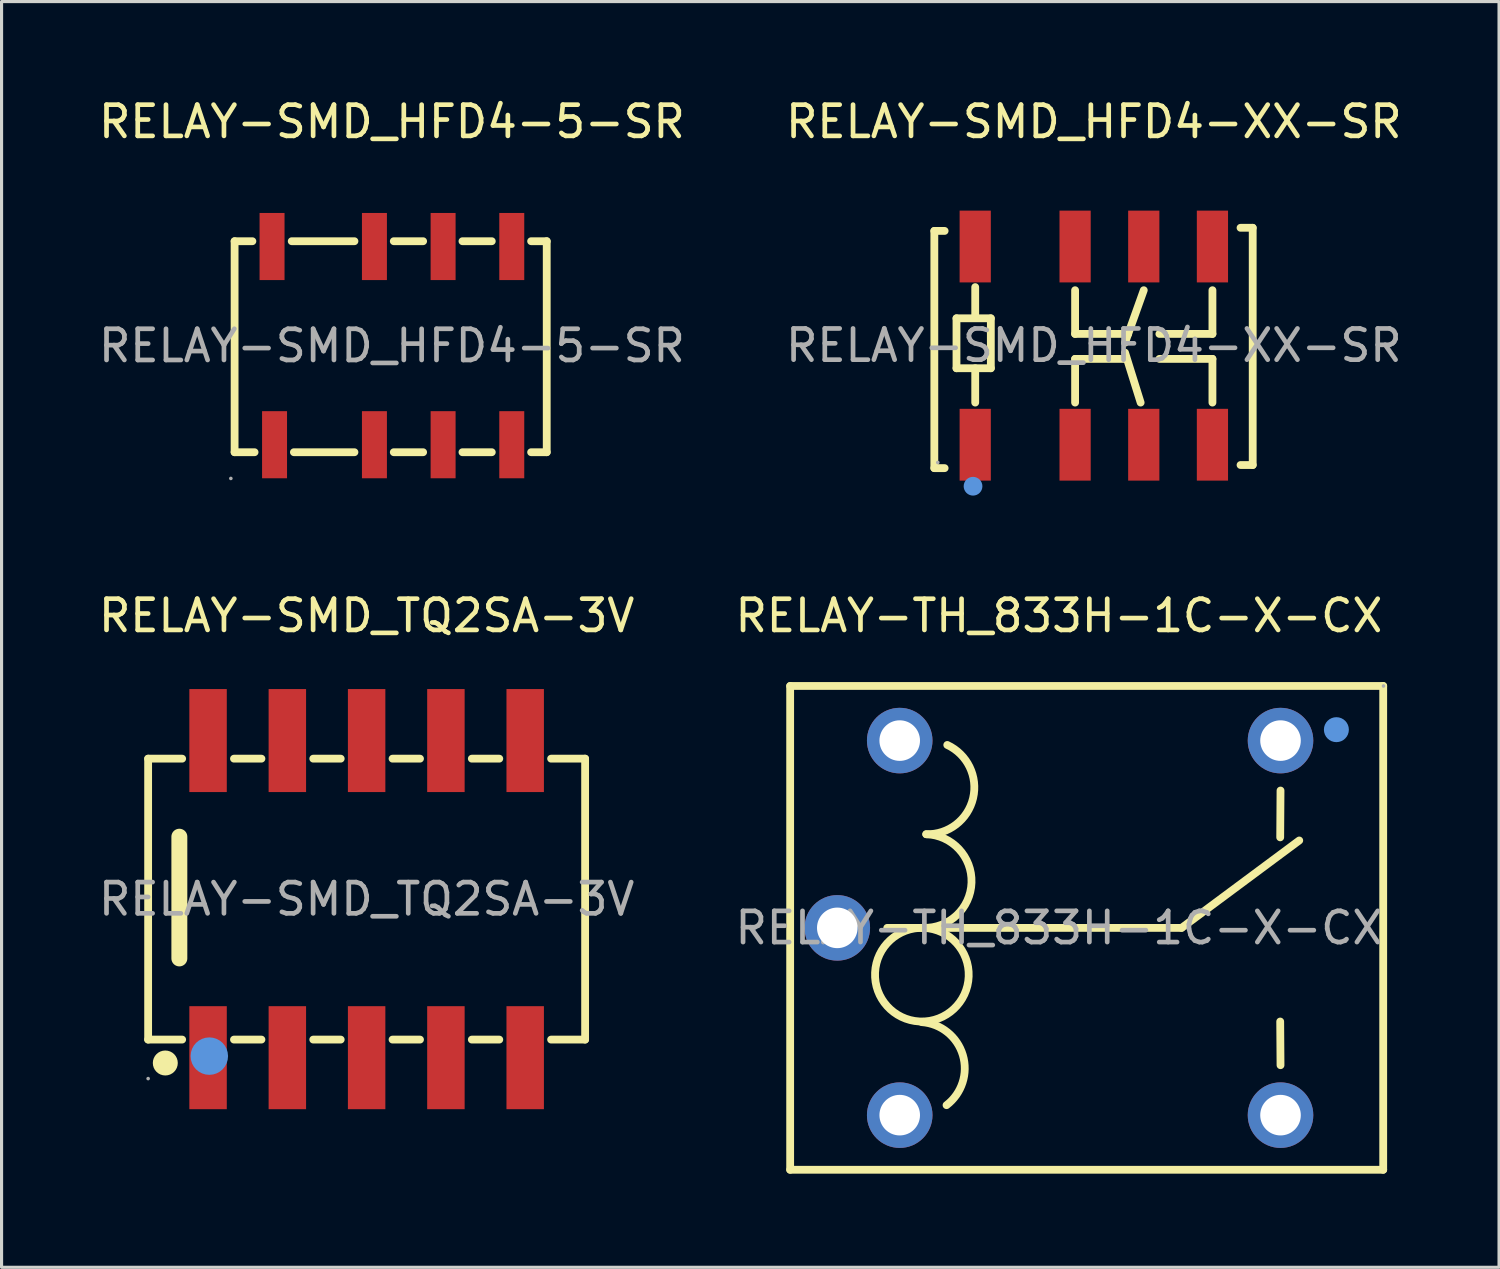
<source format=kicad_pcb>
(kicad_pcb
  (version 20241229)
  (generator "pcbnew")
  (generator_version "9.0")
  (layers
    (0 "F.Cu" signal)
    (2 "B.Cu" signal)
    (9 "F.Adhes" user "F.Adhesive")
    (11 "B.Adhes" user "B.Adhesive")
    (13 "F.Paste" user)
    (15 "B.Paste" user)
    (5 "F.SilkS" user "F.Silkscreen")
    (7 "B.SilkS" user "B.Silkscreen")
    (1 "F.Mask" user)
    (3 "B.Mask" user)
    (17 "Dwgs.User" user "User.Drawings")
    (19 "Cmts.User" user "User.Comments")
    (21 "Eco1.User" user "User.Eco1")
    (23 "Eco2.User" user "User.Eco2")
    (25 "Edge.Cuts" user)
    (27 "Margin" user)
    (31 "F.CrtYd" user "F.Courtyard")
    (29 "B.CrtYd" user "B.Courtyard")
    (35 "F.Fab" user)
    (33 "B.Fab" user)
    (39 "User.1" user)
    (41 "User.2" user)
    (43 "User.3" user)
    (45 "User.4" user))
  (footprint "RELAY-SMD_HFD4-5-SR"
    (layer "F.Cu")
    (at 9.506 8.028)
    (property "Reference" "RELAY-SMD_HFD4-5-SR" (at 0 -7.18 0) (layer "F.SilkS") (effects (font (size 1 1) (thickness 0.15))))
    (attr through_hole)
    (fp_line (start -5.04 -3.35) (end -4.47 -3.35) (stroke (width 0.25) (type solid)) (layer "F.SilkS"))
    (fp_line (start -5.04 3.41) (end -5.04 -3.35) (stroke (width 0.25) (type solid)) (layer "F.SilkS"))
    (fp_line (start -4.4 3.41) (end -5.04 3.41) (stroke (width 0.25) (type solid)) (layer "F.SilkS"))
    (fp_line (start -3.21 -3.35) (end -1.2 -3.35) (stroke (width 0.25) (type solid)) (layer "F.SilkS"))
    (fp_line (start -1.2 3.41) (end -3.14 3.41) (stroke (width 0.25) (type solid)) (layer "F.SilkS"))
    (fp_line (start 0.06 -3.35) (end 1 -3.35) (stroke (width 0.25) (type solid)) (layer "F.SilkS"))
    (fp_line (start 1 3.41) (end 0.06 3.41) (stroke (width 0.25) (type solid)) (layer "F.SilkS"))
    (fp_line (start 2.26 -3.35) (end 3.2 -3.35) (stroke (width 0.25) (type solid)) (layer "F.SilkS"))
    (fp_line (start 3.2 3.41) (end 2.26 3.41) (stroke (width 0.25) (type solid)) (layer "F.SilkS"))
    (fp_line (start 4.46 -3.35) (end 4.96 -3.35) (stroke (width 0.25) (type solid)) (layer "F.SilkS"))
    (fp_line (start 4.96 -3.35) (end 4.96 3.41) (stroke (width 0.25) (type solid)) (layer "F.SilkS"))
    (fp_line (start 4.96 3.41) (end 4.46 3.41) (stroke (width 0.25) (type solid)) (layer "F.SilkS"))
    (fp_circle (center -5.16 4.25) (end -5.13 4.25) (stroke (width 0.06) (type solid)) (fill no) (layer "F.Fab"))
    (fp_text user "${REFERENCE}" (at 0 0 0) (layer "F.Fab") (effects (font (size 1 1) (thickness 0.15))))
    (pad "1" smd rect (at -3.76 3.17) (size 0.8 2.15) (layers "F.Cu" "F.Mask" "F.Paste"))
    (pad "2" smd rect (at -0.56 3.17) (size 0.8 2.15) (layers "F.Cu" "F.Mask" "F.Paste"))
    (pad "3" smd rect (at 1.64 3.17) (size 0.8 2.15) (layers "F.Cu" "F.Mask" "F.Paste"))
    (pad "4" smd rect (at 3.84 3.17) (size 0.8 2.15) (layers "F.Cu" "F.Mask" "F.Paste"))
    (pad "5" smd rect (at 3.84 -3.18) (size 0.8 2.15) (layers "F.Cu" "F.Mask" "F.Paste"))
    (pad "6" smd rect (at 1.64 -3.18) (size 0.8 2.15) (layers "F.Cu" "F.Mask" "F.Paste"))
    (pad "7" smd rect (at -0.56 -3.18) (size 0.8 2.15) (layers "F.Cu" "F.Mask" "F.Paste"))
    (pad "8" smd rect (at -3.84 -3.18) (size 0.8 2.15) (layers "F.Cu" "F.Mask" "F.Paste")))
  (footprint "RELAY-SMD_HFD4-XX-SR"
    (layer "F.Cu")
    (at 31.994 8.018)
    (property "Reference" "RELAY-SMD_HFD4-XX-SR" (at 0 -7.17 0) (layer "F.SilkS") (effects (font (size 1 1) (thickness 0.15))))
    (attr through_hole)
    (fp_line (start -5.11 -3.67) (end -4.78 -3.67) (stroke (width 0.25) (type solid)) (layer "F.SilkS"))
    (fp_line (start -5.11 3.93) (end -5.11 -3.67) (stroke (width 0.25) (type solid)) (layer "F.SilkS"))
    (fp_line (start -4.78 3.93) (end -5.11 3.93) (stroke (width 0.25) (type solid)) (layer "F.SilkS"))
    (fp_line (start -4.4 -0.87) (end -4.4 0.73) (stroke (width 0.25) (type solid)) (layer "F.SilkS"))
    (fp_line (start -4.4 -0.87) (end -3.3 -0.87) (stroke (width 0.25) (type solid)) (layer "F.SilkS"))
    (fp_line (start -3.8 -0.97) (end -3.8 -1.87) (stroke (width 0.25) (type solid)) (layer "F.SilkS"))
    (fp_line (start -3.8 1.83) (end -3.8 0.73) (stroke (width 0.25) (type solid)) (layer "F.SilkS"))
    (fp_line (start -3.3 -0.87) (end -3.3 0.73) (stroke (width 0.25) (type solid)) (layer "F.SilkS"))
    (fp_line (start -3.3 0.73) (end -4.4 0.73) (stroke (width 0.25) (type solid)) (layer "F.SilkS"))
    (fp_line (start -0.6 -1.77) (end -0.6 -0.37) (stroke (width 0.25) (type solid)) (layer "F.SilkS"))
    (fp_line (start -0.6 -0.37) (end 1.1 -0.37) (stroke (width 0.25) (type solid)) (layer "F.SilkS"))
    (fp_line (start -0.6 0.43) (end 1 0.43) (stroke (width 0.25) (type solid)) (layer "F.SilkS"))
    (fp_line (start -0.6 1.83) (end -0.6 0.43) (stroke (width 0.25) (type solid)) (layer "F.SilkS"))
    (fp_line (start 1.5 1.83) (end 1 0.23) (stroke (width 0.25) (type solid)) (layer "F.SilkS"))
    (fp_line (start 1.6 -1.77) (end 1 -0.09) (stroke (width 0.25) (type solid)) (layer "F.SilkS"))
    (fp_line (start 3.8 -1.77) (end 3.8 -0.37) (stroke (width 0.25) (type solid)) (layer "F.SilkS"))
    (fp_line (start 3.8 -0.37) (end 2.1 -0.37) (stroke (width 0.25) (type solid)) (layer "F.SilkS"))
    (fp_line (start 3.8 0.43) (end 2.1 0.43) (stroke (width 0.25) (type solid)) (layer "F.SilkS"))
    (fp_line (start 3.8 1.83) (end 3.8 0.43) (stroke (width 0.25) (type solid)) (layer "F.SilkS"))
    (fp_line (start 4.7 -3.77) (end 5.09 -3.77) (stroke (width 0.25) (type solid)) (layer "F.SilkS"))
    (fp_line (start 5.09 -3.77) (end 5.09 3.83) (stroke (width 0.25) (type solid)) (layer "F.SilkS"))
    (fp_line (start 5.09 3.83) (end 4.7 3.83) (stroke (width 0.25) (type solid)) (layer "F.SilkS"))
    (fp_circle (center -3.87 4.51) (end -3.72 4.51) (stroke (width 0.3) (type solid)) (fill no) (layer "Cmts.User"))
    (fp_circle (center -5 3.75) (end -4.97 3.75) (stroke (width 0.06) (type solid)) (fill no) (layer "F.Fab"))
    (fp_text user "${REFERENCE}" (at 0 0 0) (layer "F.Fab") (effects (font (size 1 1) (thickness 0.15))))
    (pad "1" smd rect (at -3.8 3.18) (size 1 2.3) (layers "F.Cu" "F.Mask" "F.Paste"))
    (pad "2" smd rect (at -0.6 3.18) (size 1 2.3) (layers "F.Cu" "F.Mask" "F.Paste"))
    (pad "3" smd rect (at 1.6 3.18) (size 1 2.3) (layers "F.Cu" "F.Mask" "F.Paste"))
    (pad "4" smd rect (at 3.8 3.18) (size 1 2.3) (layers "F.Cu" "F.Mask" "F.Paste"))
    (pad "5" smd rect (at 3.8 -3.17) (size 1 2.3) (layers "F.Cu" "F.Mask" "F.Paste"))
    (pad "6" smd rect (at 1.6 -3.17) (size 1 2.3) (layers "F.Cu" "F.Mask" "F.Paste"))
    (pad "7" smd rect (at -0.6 -3.17) (size 1 2.3) (layers "F.Cu" "F.Mask" "F.Paste"))
    (pad "8" smd rect (at -3.8 -3.17) (size 1 2.3) (layers "F.Cu" "F.Mask" "F.Paste")))
  (footprint "RELAY-SMD_TQ2SA-3V"
    (layer "F.Cu")
    (at 8.696 25.756)
    (property "Reference" "RELAY-SMD_TQ2SA-3V" (at 0 -9.08 0) (layer "F.SilkS") (effects (font (size 1 1) (thickness 0.15))))
    (attr through_hole)
    (fp_line (start -7 -4.5) (end -7 4.5) (stroke (width 0.25) (type solid)) (layer "F.SilkS"))
    (fp_line (start -7 -4.5) (end -5.91 -4.5) (stroke (width 0.25) (type solid)) (layer "F.SilkS"))
    (fp_line (start -6 -2) (end -6 1.9) (stroke (width 0.51) (type solid)) (layer "F.SilkS"))
    (fp_line (start -5.91 4.5) (end -7 4.5) (stroke (width 0.25) (type solid)) (layer "F.SilkS"))
    (fp_line (start -4.25 -4.5) (end -3.37 -4.5) (stroke (width 0.25) (type solid)) (layer "F.SilkS"))
    (fp_line (start -3.37 4.5) (end -4.25 4.5) (stroke (width 0.25) (type solid)) (layer "F.SilkS"))
    (fp_line (start -1.71 -4.5) (end -0.83 -4.5) (stroke (width 0.25) (type solid)) (layer "F.SilkS"))
    (fp_line (start -0.83 4.5) (end -1.71 4.5) (stroke (width 0.25) (type solid)) (layer "F.SilkS"))
    (fp_line (start 0.83 -4.5) (end 1.71 -4.5) (stroke (width 0.25) (type solid)) (layer "F.SilkS"))
    (fp_line (start 1.71 4.5) (end 0.83 4.5) (stroke (width 0.25) (type solid)) (layer "F.SilkS"))
    (fp_line (start 3.37 -4.5) (end 4.25 -4.5) (stroke (width 0.25) (type solid)) (layer "F.SilkS"))
    (fp_line (start 4.25 4.5) (end 3.37 4.5) (stroke (width 0.25) (type solid)) (layer "F.SilkS"))
    (fp_line (start 5.91 -4.5) (end 7 -4.5) (stroke (width 0.25) (type solid)) (layer "F.SilkS"))
    (fp_line (start 7 4.5) (end 5.91 4.5) (stroke (width 0.25) (type solid)) (layer "F.SilkS"))
    (fp_line (start 7 4.5) (end 7 -4.5) (stroke (width 0.25) (type solid)) (layer "F.SilkS"))
    (fp_circle (center -6.45 5.25) (end -6.25 5.25) (stroke (width 0.4) (type solid)) (fill no) (layer "F.SilkS"))
    (fp_circle (center -5.04 5.03) (end -4.74 5.03) (stroke (width 0.6) (type solid)) (fill no) (layer "Cmts.User"))
    (fp_circle (center -7 5.75) (end -6.97 5.75) (stroke (width 0.06) (type solid)) (fill no) (layer "F.Fab"))
    (fp_text user "${REFERENCE}" (at 0 0 0) (layer "F.Fab") (effects (font (size 1 1) (thickness 0.15))))
    (pad "1" smd rect (at -5.08 5.08) (size 1.2 3.3) (layers "F.Cu" "F.Mask" "F.Paste"))
    (pad "2" smd rect (at -2.54 5.08) (size 1.2 3.3) (layers "F.Cu" "F.Mask" "F.Paste"))
    (pad "3" smd rect (at 0 5.08) (size 1.2 3.3) (layers "F.Cu" "F.Mask" "F.Paste"))
    (pad "4" smd rect (at 2.54 5.08) (size 1.2 3.3) (layers "F.Cu" "F.Mask" "F.Paste"))
    (pad "5" smd rect (at 5.08 5.08) (size 1.2 3.3) (layers "F.Cu" "F.Mask" "F.Paste"))
    (pad "6" smd rect (at 5.08 -5.08) (size 1.2 3.3) (layers "F.Cu" "F.Mask" "F.Paste"))
    (pad "7" smd rect (at 2.54 -5.08) (size 1.2 3.3) (layers "F.Cu" "F.Mask" "F.Paste"))
    (pad "8" smd rect (at 0 -5.08) (size 1.2 3.3) (layers "F.Cu" "F.Mask" "F.Paste"))
    (pad "9" smd rect (at -2.54 -5.08) (size 1.2 3.3) (layers "F.Cu" "F.Mask" "F.Paste"))
    (pad "10" smd rect (at -5.08 -5.08) (size 1.2 3.3) (layers "F.Cu" "F.Mask" "F.Paste")))
  (footprint "RELAY-TH_833H-1C-X-CX"
    (layer "F.Cu")
    (at 30.875 26.677)
    (property "Reference" "RELAY-TH_833H-1C-X-CX" (at 0 -10 0) (layer "F.SilkS") (effects (font (size 1 1) (thickness 0.15))))
    (attr through_hole)
    (fp_line (start -8.61 -7.75) (end 10.39 -7.75) (stroke (width 0.25) (type solid)) (layer "F.SilkS"))
    (fp_line (start -8.61 7.75) (end -8.61 -7.75) (stroke (width 0.25) (type solid)) (layer "F.SilkS"))
    (fp_line (start -8.61 7.75) (end 10.39 7.75) (stroke (width 0.25) (type solid)) (layer "F.SilkS"))
    (fp_line (start -5.5 0) (end 3.93 0) (stroke (width 0.25) (type solid)) (layer "F.SilkS"))
    (fp_line (start 3.93 0) (end 7.7 -2.8) (stroke (width 0.25) (type solid)) (layer "F.SilkS"))
    (fp_line (start 7.1 -4.4) (end 7.09 -2.9) (stroke (width 0.25) (type solid)) (layer "F.SilkS"))
    (fp_line (start 7.1 4.4) (end 7.09 3) (stroke (width 0.25) (type solid)) (layer "F.SilkS"))
    (fp_line (start 10.39 7.75) (end 10.39 -7.75) (stroke (width 0.25) (type solid)) (layer "F.SilkS"))
    (fp_arc (start -4.466171 2.998899) (mid -4.326912 0.000493) (end -4.44 3) (stroke (width 0.25) (type solid)) (layer "F.SilkS"))
    (fp_arc (start -4.393719 3.019762) (mid -3.0779 4.075697) (end -3.6 5.68) (stroke (width 0.25) (type solid)) (layer "F.SilkS"))
    (fp_arc (start -4.25 -3) (mid -2.8 -1.45) (end -4.35 0) (stroke (width 0.25) (type solid)) (layer "F.SilkS"))
    (fp_arc (start -3.576618 -5.860304) (mid -2.749397 -4.15614) (end -4.25 -3) (stroke (width 0.25) (type solid)) (layer "F.SilkS"))
    (fp_circle (center 8.89 -6.35) (end 9.09 -6.35) (stroke (width 0.4) (type solid)) (fill no) (layer "Cmts.User"))
    (fp_circle (center 10.4 -7.75) (end 10.43 -7.75) (stroke (width 0.06) (type solid)) (fill no) (layer "F.Fab"))
    (fp_text user "${REFERENCE}" (at 0 0 0) (layer "F.Fab") (effects (font (size 1 1) (thickness 0.15))))
    (pad "1" thru_hole circle (at 7.1 -6 90) (size 2.1 2.1) (drill 1.3) (layers "*.Cu" "*.Paste" "*.Mask"))
    (pad "2" thru_hole circle (at 7.1 6 90) (size 2.1 2.1) (drill 1.3) (layers "*.Cu" "*.Paste" "*.Mask"))
    (pad "3" thru_hole circle (at -5.1 -6 90) (size 2.1 2.1) (drill 1.3) (layers "*.Cu" "*.Paste" "*.Mask"))
    (pad "4" thru_hole circle (at -5.1 6 90) (size 2.1 2.1) (drill 1.3) (layers "*.Cu" "*.Paste" "*.Mask"))
    (pad "5" thru_hole circle (at -7.1 0 90) (size 2.1 2.1) (drill 1.3) (layers "*.Cu" "*.Paste" "*.Mask")))
  (gr_rect
    (start -3 -3)
    (end 44.976 37.551)
    (stroke (width 0.1) (type default))
    (fill no)
    (layer "Edge.Cuts")))
</source>
